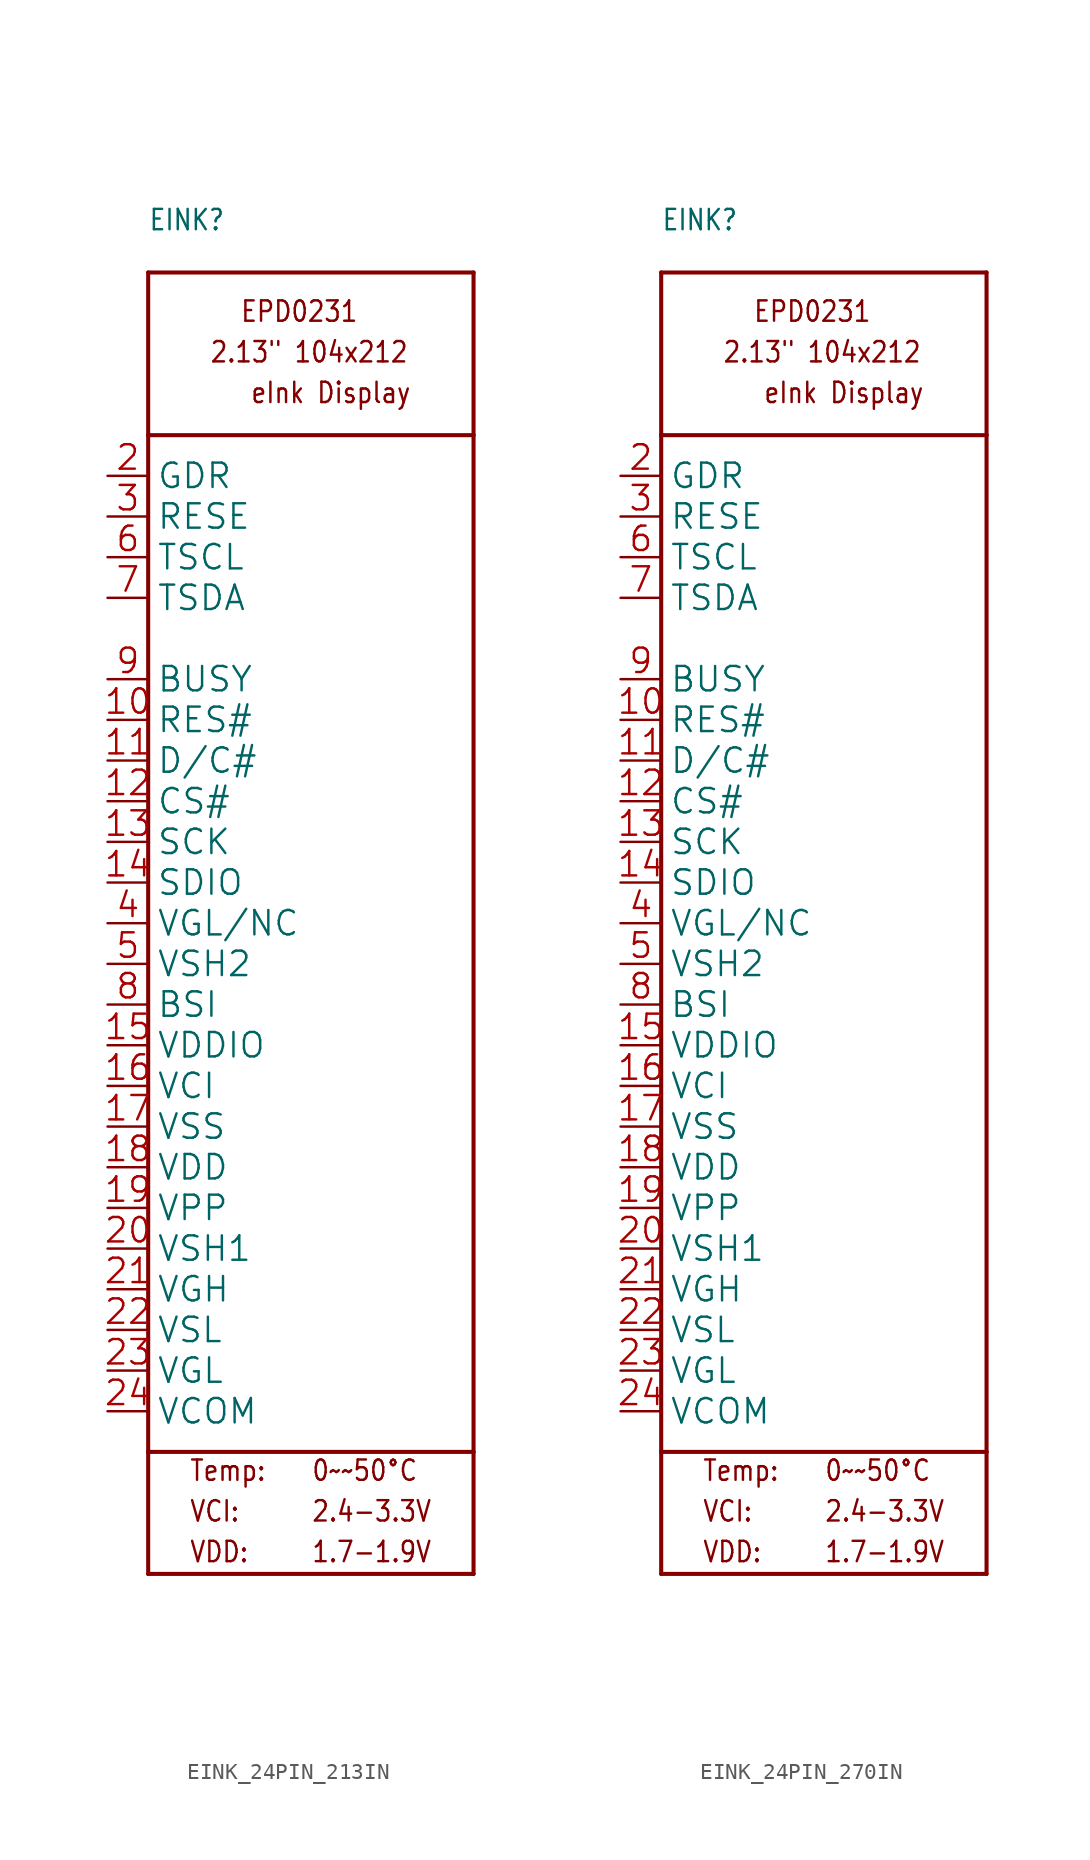
<source format=kicad_sym>
(kicad_symbol_lib
  (version 20241209)
  (generator "kicad_symbol_editor")
  (generator_version "9.0")
  (symbol "EINK_24PIN_213IN"
    (property "Reference" "EINK"
      (at -10.16 43.18 0)
      (effects (font (size 1.27 1.079)) (justify left bottom)))
    (property "Value" ""
      (at -10.16 -43.18 0)
      (effects (font (size 1.27 1.079)) (justify left bottom)))
    (property "ki_locked" ""
      (at 0 0 0)
      (effects (font (size 1.27 1.27))))
    (symbol "EINK_24PIN_213IN_1_0"
      (polyline (pts (xy -10.16 40.64) (xy -10.16 30.48)) (stroke (width 0.254) (type solid)) (fill (type none)))
      (polyline (pts (xy -10.16 40.64) (xy 10.16 40.64)) (stroke (width 0.254) (type solid)) (fill (type none)))
      (polyline (pts (xy -10.16 30.48) (xy 10.16 30.48)) (stroke (width 0.254) (type solid)) (fill (type none)))
      (polyline (pts (xy -10.16 -33.02) (xy -10.16 30.48)) (stroke (width 0.254) (type solid)) (fill (type none)))
      (polyline (pts (xy -10.16 -33.02) (xy -10.16 -40.64)) (stroke (width 0.254) (type solid)) (fill (type none)))
      (polyline (pts (xy -10.16 -40.64) (xy 10.16 -40.64)) (stroke (width 0.254) (type solid)) (fill (type none)))
      (polyline (pts (xy 10.16 40.64) (xy 10.16 30.48)) (stroke (width 0.254) (type solid)) (fill (type none)))
      (polyline (pts (xy 10.16 30.48) (xy 10.16 -33.02)) (stroke (width 0.254) (type solid)) (fill (type none)))
      (polyline (pts (xy 10.16 -33.02) (xy -10.16 -33.02)) (stroke (width 0.254) (type solid)) (fill (type none)))
      (polyline (pts (xy 10.16 -40.64) (xy 10.16 -33.02)) (stroke (width 0.254) (type solid)) (fill (type none)))
      (text "Temp:" (at -7.62 -34.925 0) (effects (font (size 1.27 1.079)) (justify left bottom)))
      (text "VCI:" (at -7.62 -37.465 0) (effects (font (size 1.27 1.079)) (justify left bottom)))
      (text "VDD:" (at -7.62 -40.005 0) (effects (font (size 1.27 1.079)) (justify left bottom)))
      (text "2.13\" 104x212" (at -6.35 34.925 0) (effects (font (size 1.27 1.079)) (justify left bottom)))
      (text "EPD0231" (at -4.445 37.465 0) (effects (font (size 1.27 1.079)) (justify left bottom)))
      (text "eInk Display" (at -3.81 32.385 0) (effects (font (size 1.27 1.079)) (justify left bottom)))
      (text "0~~50°C" (at 0 -34.925 0) (effects (font (size 1.27 1.079)) (justify left bottom)))
      (text "2.4-3.3V" (at 0 -37.465 0) (effects (font (size 1.27 1.079)) (justify left bottom)))
      (text "1.7-1.9V" (at 0 -40.005 0) (effects (font (size 1.27 1.079)) (justify left bottom)))
      (pin output line (at -12.7 27.94 0) (length 2.54) (name "GDR" (effects (font (size 1.524 1.524)))) (number "2" (effects (font (size 1.524 1.524)))))
      (pin input line (at -12.7 25.4 0) (length 2.54) (name "RESE" (effects (font (size 1.524 1.524)))) (number "3" (effects (font (size 1.524 1.524)))))
      (pin output line (at -12.7 22.86 0) (length 2.54) (name "TSCL" (effects (font (size 1.524 1.524)))) (number "6" (effects (font (size 1.524 1.524)))))
      (pin bidirectional line (at -12.7 20.32 0) (length 2.54) (name "TSDA" (effects (font (size 1.524 1.524)))) (number "7" (effects (font (size 1.524 1.524)))))
      (pin output line (at -12.7 15.24 0) (length 2.54) (name "BUSY" (effects (font (size 1.524 1.524)))) (number "9" (effects (font (size 1.524 1.524)))))
      (pin input line (at -12.7 12.7 0) (length 2.54) (name "RES#" (effects (font (size 1.524 1.524)))) (number "10" (effects (font (size 1.524 1.524)))))
      (pin input line (at -12.7 10.16 0) (length 2.54) (name "D/C#" (effects (font (size 1.524 1.524)))) (number "11" (effects (font (size 1.524 1.524)))))
      (pin input line (at -12.7 7.62 0) (length 2.54) (name "CS#" (effects (font (size 1.524 1.524)))) (number "12" (effects (font (size 1.524 1.524)))))
      (pin bidirectional line (at -12.7 5.08 0) (length 2.54) (name "SCK" (effects (font (size 1.524 1.524)))) (number "13" (effects (font (size 1.524 1.524)))))
      (pin bidirectional line (at -12.7 2.54 0) (length 2.54) (name "SDIO" (effects (font (size 1.524 1.524)))) (number "14" (effects (font (size 1.524 1.524)))))
      (pin bidirectional line (at -12.7 0 0) (length 2.54) (name "VGL/NC" (effects (font (size 1.524 1.524)))) (number "4" (effects (font (size 1.524 1.524)))))
      (pin passive line (at -12.7 -2.54 0) (length 2.54) (name "VSH2" (effects (font (size 1.524 1.524)))) (number "5" (effects (font (size 1.524 1.524)))))
      (pin input line (at -12.7 -5.08 0) (length 2.54) (name "BSI" (effects (font (size 1.524 1.524)))) (number "8" (effects (font (size 1.524 1.524)))))
      (pin power_in line (at -12.7 -7.62 0) (length 2.54) (name "VDDIO" (effects (font (size 1.524 1.524)))) (number "15" (effects (font (size 1.524 1.524)))))
      (pin power_in line (at -12.7 -10.16 0) (length 2.54) (name "VCI" (effects (font (size 1.524 1.524)))) (number "16" (effects (font (size 1.524 1.524)))))
      (pin power_in line (at -12.7 -12.7 0) (length 2.54) (name "VSS" (effects (font (size 1.524 1.524)))) (number "17" (effects (font (size 1.524 1.524)))))
      (pin passive line (at -12.7 -15.24 0) (length 2.54) (name "VDD" (effects (font (size 1.524 1.524)))) (number "18" (effects (font (size 1.524 1.524)))))
      (pin passive line (at -12.7 -17.78 0) (length 2.54) (name "VPP" (effects (font (size 1.524 1.524)))) (number "19" (effects (font (size 1.524 1.524)))))
      (pin passive line (at -12.7 -20.32 0) (length 2.54) (name "VSH1" (effects (font (size 1.524 1.524)))) (number "20" (effects (font (size 1.524 1.524)))))
      (pin passive line (at -12.7 -22.86 0) (length 2.54) (name "VGH" (effects (font (size 1.524 1.524)))) (number "21" (effects (font (size 1.524 1.524)))))
      (pin passive line (at -12.7 -25.4 0) (length 2.54) (name "VSL" (effects (font (size 1.524 1.524)))) (number "22" (effects (font (size 1.524 1.524)))))
      (pin passive line (at -12.7 -27.94 0) (length 2.54) (name "VGL" (effects (font (size 1.524 1.524)))) (number "23" (effects (font (size 1.524 1.524)))))
      (pin passive line (at -12.7 -30.48 0) (length 2.54) (name "VCOM" (effects (font (size 1.524 1.524)))) (number "24" (effects (font (size 1.524 1.524)))))))
  (symbol "EINK_24PIN_270IN"
    (property "Reference" "EINK"
      (at -10.16 43.18 0)
      (effects (font (size 1.27 1.079)) (justify left bottom)))
    (property "Value" ""
      (at -10.16 -43.18 0)
      (effects (font (size 1.27 1.079)) (justify left bottom)))
    (property "ki_locked" ""
      (at 0 0 0)
      (effects (font (size 1.27 1.27))))
    (symbol "EINK_24PIN_270IN_1_0"
      (polyline (pts (xy -10.16 40.64) (xy -10.16 30.48)) (stroke (width 0.254) (type solid)) (fill (type none)))
      (polyline (pts (xy -10.16 40.64) (xy 10.16 40.64)) (stroke (width 0.254) (type solid)) (fill (type none)))
      (polyline (pts (xy -10.16 30.48) (xy 10.16 30.48)) (stroke (width 0.254) (type solid)) (fill (type none)))
      (polyline (pts (xy -10.16 -33.02) (xy -10.16 30.48)) (stroke (width 0.254) (type solid)) (fill (type none)))
      (polyline (pts (xy -10.16 -33.02) (xy -10.16 -40.64)) (stroke (width 0.254) (type solid)) (fill (type none)))
      (polyline (pts (xy -10.16 -40.64) (xy 10.16 -40.64)) (stroke (width 0.254) (type solid)) (fill (type none)))
      (polyline (pts (xy 10.16 40.64) (xy 10.16 30.48)) (stroke (width 0.254) (type solid)) (fill (type none)))
      (polyline (pts (xy 10.16 30.48) (xy 10.16 -33.02)) (stroke (width 0.254) (type solid)) (fill (type none)))
      (polyline (pts (xy 10.16 -33.02) (xy -10.16 -33.02)) (stroke (width 0.254) (type solid)) (fill (type none)))
      (polyline (pts (xy 10.16 -40.64) (xy 10.16 -33.02)) (stroke (width 0.254) (type solid)) (fill (type none)))
      (text "Temp:" (at -7.62 -34.925 0) (effects (font (size 1.27 1.079)) (justify left bottom)))
      (text "VCI:" (at -7.62 -37.465 0) (effects (font (size 1.27 1.079)) (justify left bottom)))
      (text "VDD:" (at -7.62 -40.005 0) (effects (font (size 1.27 1.079)) (justify left bottom)))
      (text "2.13\" 104x212" (at -6.35 34.925 0) (effects (font (size 1.27 1.079)) (justify left bottom)))
      (text "EPD0231" (at -4.445 37.465 0) (effects (font (size 1.27 1.079)) (justify left bottom)))
      (text "eInk Display" (at -3.81 32.385 0) (effects (font (size 1.27 1.079)) (justify left bottom)))
      (text "0~~50°C" (at 0 -34.925 0) (effects (font (size 1.27 1.079)) (justify left bottom)))
      (text "2.4-3.3V" (at 0 -37.465 0) (effects (font (size 1.27 1.079)) (justify left bottom)))
      (text "1.7-1.9V" (at 0 -40.005 0) (effects (font (size 1.27 1.079)) (justify left bottom)))
      (pin output line (at -12.7 27.94 0) (length 2.54) (name "GDR" (effects (font (size 1.524 1.524)))) (number "2" (effects (font (size 1.524 1.524)))))
      (pin input line (at -12.7 25.4 0) (length 2.54) (name "RESE" (effects (font (size 1.524 1.524)))) (number "3" (effects (font (size 1.524 1.524)))))
      (pin output line (at -12.7 22.86 0) (length 2.54) (name "TSCL" (effects (font (size 1.524 1.524)))) (number "6" (effects (font (size 1.524 1.524)))))
      (pin bidirectional line (at -12.7 20.32 0) (length 2.54) (name "TSDA" (effects (font (size 1.524 1.524)))) (number "7" (effects (font (size 1.524 1.524)))))
      (pin output line (at -12.7 15.24 0) (length 2.54) (name "BUSY" (effects (font (size 1.524 1.524)))) (number "9" (effects (font (size 1.524 1.524)))))
      (pin input line (at -12.7 12.7 0) (length 2.54) (name "RES#" (effects (font (size 1.524 1.524)))) (number "10" (effects (font (size 1.524 1.524)))))
      (pin input line (at -12.7 10.16 0) (length 2.54) (name "D/C#" (effects (font (size 1.524 1.524)))) (number "11" (effects (font (size 1.524 1.524)))))
      (pin input line (at -12.7 7.62 0) (length 2.54) (name "CS#" (effects (font (size 1.524 1.524)))) (number "12" (effects (font (size 1.524 1.524)))))
      (pin bidirectional line (at -12.7 5.08 0) (length 2.54) (name "SCK" (effects (font (size 1.524 1.524)))) (number "13" (effects (font (size 1.524 1.524)))))
      (pin bidirectional line (at -12.7 2.54 0) (length 2.54) (name "SDIO" (effects (font (size 1.524 1.524)))) (number "14" (effects (font (size 1.524 1.524)))))
      (pin bidirectional line (at -12.7 0 0) (length 2.54) (name "VGL/NC" (effects (font (size 1.524 1.524)))) (number "4" (effects (font (size 1.524 1.524)))))
      (pin passive line (at -12.7 -2.54 0) (length 2.54) (name "VSH2" (effects (font (size 1.524 1.524)))) (number "5" (effects (font (size 1.524 1.524)))))
      (pin input line (at -12.7 -5.08 0) (length 2.54) (name "BSI" (effects (font (size 1.524 1.524)))) (number "8" (effects (font (size 1.524 1.524)))))
      (pin power_in line (at -12.7 -7.62 0) (length 2.54) (name "VDDIO" (effects (font (size 1.524 1.524)))) (number "15" (effects (font (size 1.524 1.524)))))
      (pin power_in line (at -12.7 -10.16 0) (length 2.54) (name "VCI" (effects (font (size 1.524 1.524)))) (number "16" (effects (font (size 1.524 1.524)))))
      (pin power_in line (at -12.7 -12.7 0) (length 2.54) (name "VSS" (effects (font (size 1.524 1.524)))) (number "17" (effects (font (size 1.524 1.524)))))
      (pin passive line (at -12.7 -15.24 0) (length 2.54) (name "VDD" (effects (font (size 1.524 1.524)))) (number "18" (effects (font (size 1.524 1.524)))))
      (pin passive line (at -12.7 -17.78 0) (length 2.54) (name "VPP" (effects (font (size 1.524 1.524)))) (number "19" (effects (font (size 1.524 1.524)))))
      (pin passive line (at -12.7 -20.32 0) (length 2.54) (name "VSH1" (effects (font (size 1.524 1.524)))) (number "20" (effects (font (size 1.524 1.524)))))
      (pin passive line (at -12.7 -22.86 0) (length 2.54) (name "VGH" (effects (font (size 1.524 1.524)))) (number "21" (effects (font (size 1.524 1.524)))))
      (pin passive line (at -12.7 -25.4 0) (length 2.54) (name "VSL" (effects (font (size 1.524 1.524)))) (number "22" (effects (font (size 1.524 1.524)))))
      (pin passive line (at -12.7 -27.94 0) (length 2.54) (name "VGL" (effects (font (size 1.524 1.524)))) (number "23" (effects (font (size 1.524 1.524)))))
      (pin passive line (at -12.7 -30.48 0) (length 2.54) (name "VCOM" (effects (font (size 1.524 1.524)))) (number "24" (effects (font (size 1.524 1.524))))))))
</source>
